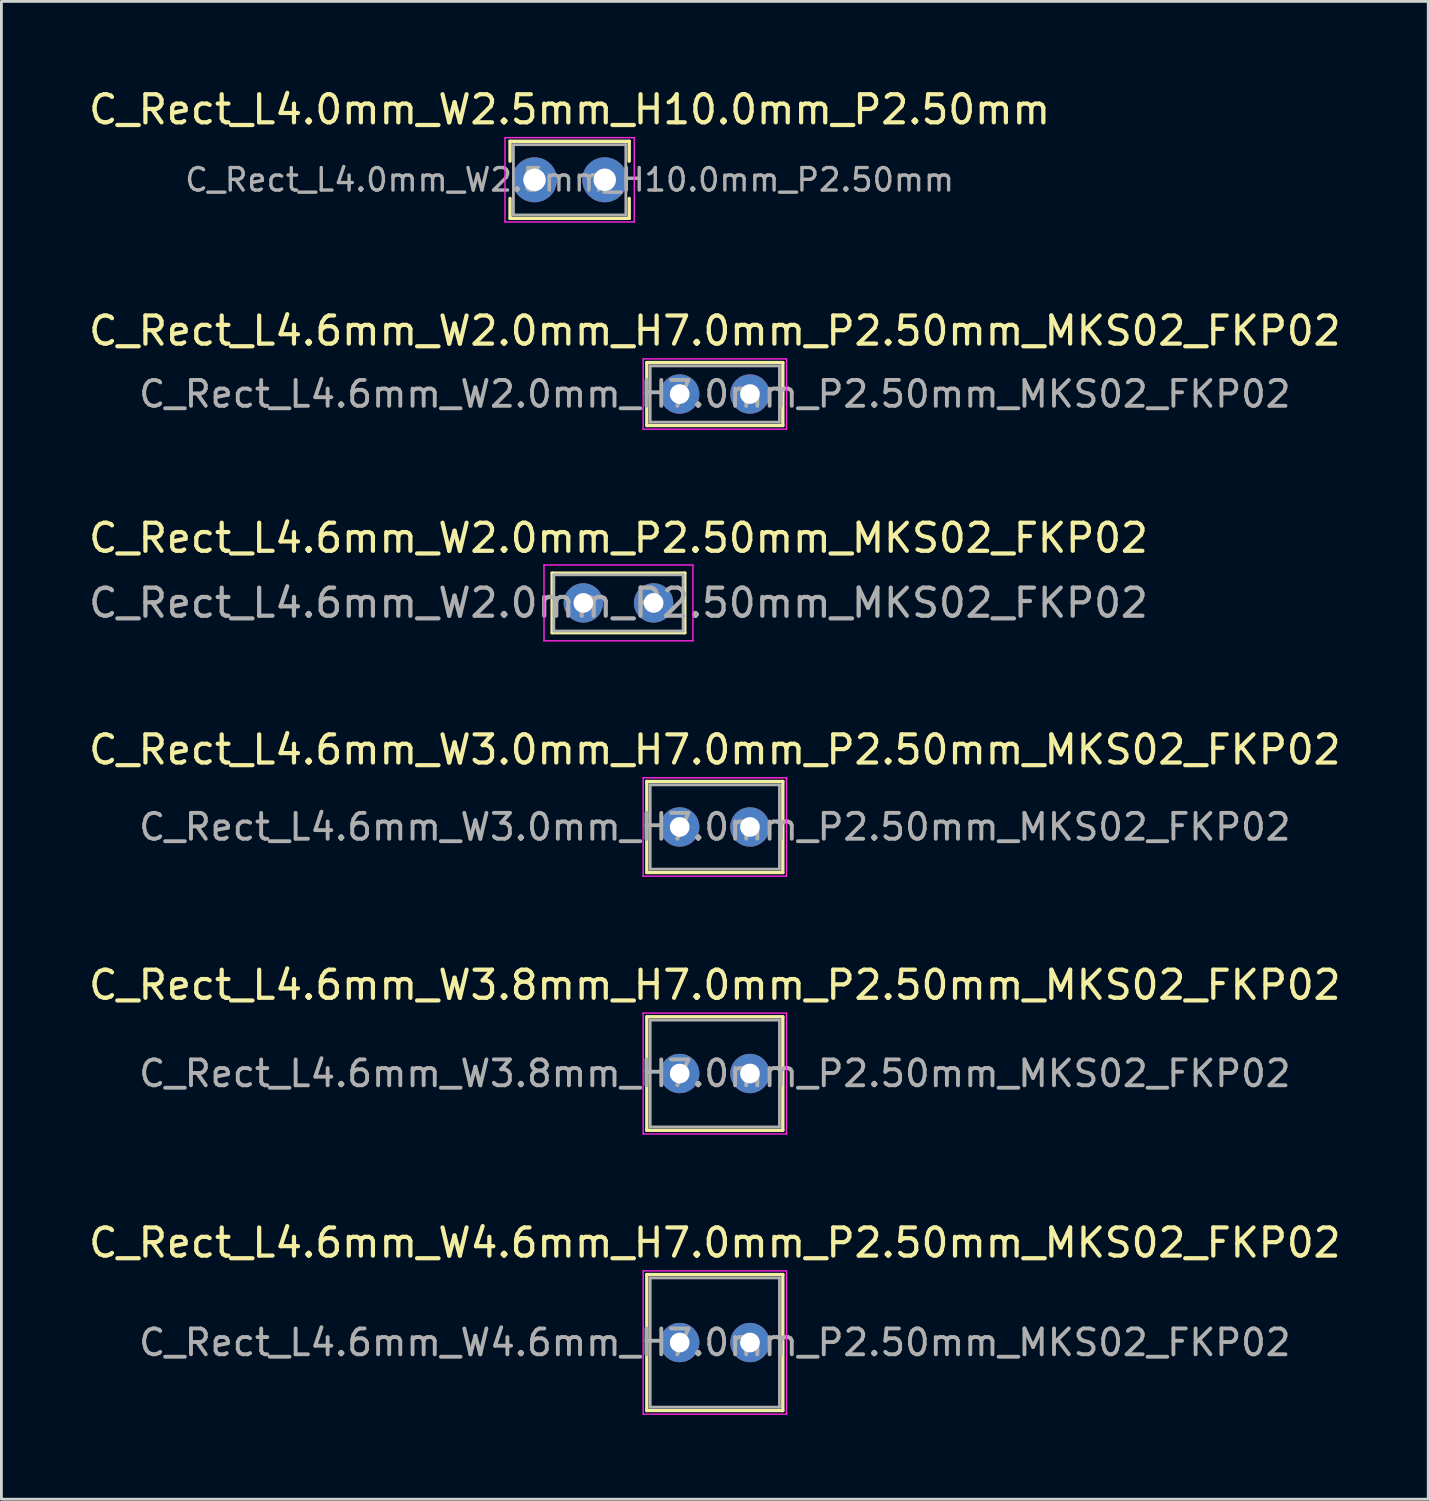
<source format=kicad_pcb>
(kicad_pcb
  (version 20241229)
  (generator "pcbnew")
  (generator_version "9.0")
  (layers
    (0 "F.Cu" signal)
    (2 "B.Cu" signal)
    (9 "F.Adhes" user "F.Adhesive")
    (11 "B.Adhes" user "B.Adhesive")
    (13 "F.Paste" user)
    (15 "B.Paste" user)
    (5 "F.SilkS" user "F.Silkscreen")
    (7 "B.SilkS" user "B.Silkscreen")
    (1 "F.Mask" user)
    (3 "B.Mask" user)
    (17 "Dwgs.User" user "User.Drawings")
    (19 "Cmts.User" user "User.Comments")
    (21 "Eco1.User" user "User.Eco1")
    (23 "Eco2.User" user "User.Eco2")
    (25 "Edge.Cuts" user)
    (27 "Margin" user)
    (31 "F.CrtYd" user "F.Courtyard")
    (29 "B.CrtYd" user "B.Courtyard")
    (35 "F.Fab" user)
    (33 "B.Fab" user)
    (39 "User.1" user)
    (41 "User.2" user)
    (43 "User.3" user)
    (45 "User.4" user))
  (footprint "C_Rect_L4.0mm_W2.5mm_H10.0mm_P2.50mm"
    (layer "F.Cu")
    (at 15.97 3.348)
    (property "Reference" "C_Rect_L4.0mm_W2.5mm_H10.0mm_P2.50mm" (at 1.25 -2.5 0) (layer "F.SilkS") (effects (font (size 1 1) (thickness 0.15))))
    (attr through_hole)
    (fp_line (start -0.87 -1.37) (end -0.87 -0.665) (stroke (width 0.12) (type solid)) (layer "F.SilkS"))
    (fp_line (start -0.87 -1.37) (end 3.37 -1.37) (stroke (width 0.12) (type solid)) (layer "F.SilkS"))
    (fp_line (start -0.87 0.665) (end -0.87 1.37) (stroke (width 0.12) (type solid)) (layer "F.SilkS"))
    (fp_line (start -0.87 1.37) (end 3.37 1.37) (stroke (width 0.12) (type solid)) (layer "F.SilkS"))
    (fp_line (start 3.37 -1.37) (end 3.37 -0.665) (stroke (width 0.12) (type solid)) (layer "F.SilkS"))
    (fp_line (start 3.37 0.665) (end 3.37 1.37) (stroke (width 0.12) (type solid)) (layer "F.SilkS"))
    (fp_line (start -1.05 -1.5) (end -1.05 1.5) (stroke (width 0.05) (type solid)) (layer "F.CrtYd"))
    (fp_line (start -1.05 1.5) (end 3.55 1.5) (stroke (width 0.05) (type solid)) (layer "F.CrtYd"))
    (fp_line (start 3.55 -1.5) (end -1.05 -1.5) (stroke (width 0.05) (type solid)) (layer "F.CrtYd"))
    (fp_line (start 3.55 1.5) (end 3.55 -1.5) (stroke (width 0.05) (type solid)) (layer "F.CrtYd"))
    (fp_line (start -0.75 -1.25) (end -0.75 1.25) (stroke (width 0.1) (type solid)) (layer "F.Fab"))
    (fp_line (start -0.75 1.25) (end 3.25 1.25) (stroke (width 0.1) (type solid)) (layer "F.Fab"))
    (fp_line (start 3.25 -1.25) (end -0.75 -1.25) (stroke (width 0.1) (type solid)) (layer "F.Fab"))
    (fp_line (start 3.25 1.25) (end 3.25 -1.25) (stroke (width 0.1) (type solid)) (layer "F.Fab"))
    (fp_text user "${REFERENCE}" (at 1.25 0 0) (layer "F.Fab") (effects (font (size 0.8 0.8) (thickness 0.12))))
    (pad "1" thru_hole circle (at 0 0) (size 1.6 1.6) (drill 0.8) (layers "*.Cu" "*.Mask"))
    (pad "2" thru_hole circle (at 2.5 0) (size 1.6 1.6) (drill 0.8) (layers "*.Cu" "*.Mask")))
  (footprint "C_Rect_L4.6mm_W2.0mm_H7.0mm_P2.50mm_MKS02_FKP02"
    (layer "F.Cu")
    (at 21.137 10.972)
    (property "Reference" "C_Rect_L4.6mm_W2.0mm_H7.0mm_P2.50mm_MKS02_FKP02" (at 1.25 -2.25 0) (layer "F.SilkS") (effects (font (size 1 1) (thickness 0.15))))
    (attr through_hole)
    (fp_line (start -1.17 -1.12) (end -1.17 1.12) (stroke (width 0.12) (type solid)) (layer "F.SilkS"))
    (fp_line (start -1.17 -1.12) (end 3.67 -1.12) (stroke (width 0.12) (type solid)) (layer "F.SilkS"))
    (fp_line (start -1.17 1.12) (end 3.67 1.12) (stroke (width 0.12) (type solid)) (layer "F.SilkS"))
    (fp_line (start 3.67 -1.12) (end 3.67 1.12) (stroke (width 0.12) (type solid)) (layer "F.SilkS"))
    (fp_line (start -1.3 -1.25) (end -1.3 1.25) (stroke (width 0.05) (type solid)) (layer "F.CrtYd"))
    (fp_line (start -1.3 1.25) (end 3.8 1.25) (stroke (width 0.05) (type solid)) (layer "F.CrtYd"))
    (fp_line (start 3.8 -1.25) (end -1.3 -1.25) (stroke (width 0.05) (type solid)) (layer "F.CrtYd"))
    (fp_line (start 3.8 1.25) (end 3.8 -1.25) (stroke (width 0.05) (type solid)) (layer "F.CrtYd"))
    (fp_line (start -1.05 -1) (end -1.05 1) (stroke (width 0.1) (type solid)) (layer "F.Fab"))
    (fp_line (start -1.05 1) (end 3.55 1) (stroke (width 0.1) (type solid)) (layer "F.Fab"))
    (fp_line (start 3.55 -1) (end -1.05 -1) (stroke (width 0.1) (type solid)) (layer "F.Fab"))
    (fp_line (start 3.55 1) (end 3.55 -1) (stroke (width 0.1) (type solid)) (layer "F.Fab"))
    (fp_text user "${REFERENCE}" (at 1.25 0 0) (layer "F.Fab") (effects (font (size 0.92 0.92) (thickness 0.138))))
    (pad "1" thru_hole circle (at 0 0) (size 1.4 1.4) (drill 0.7) (layers "*.Cu" "*.Mask"))
    (pad "2" thru_hole circle (at 2.5 0) (size 1.4 1.4) (drill 0.7) (layers "*.Cu" "*.Mask")))
  (footprint "C_Rect_L4.6mm_W3.0mm_H7.0mm_P2.50mm_MKS02_FKP02"
    (layer "F.Cu")
    (at 21.137 26.378)
    (property "Reference" "C_Rect_L4.6mm_W3.0mm_H7.0mm_P2.50mm_MKS02_FKP02" (at 1.25 -2.75 0) (layer "F.SilkS") (effects (font (size 1 1) (thickness 0.15))))
    (attr through_hole)
    (fp_line (start -1.17 -1.62) (end -1.17 1.62) (stroke (width 0.12) (type solid)) (layer "F.SilkS"))
    (fp_line (start -1.17 -1.62) (end 3.67 -1.62) (stroke (width 0.12) (type solid)) (layer "F.SilkS"))
    (fp_line (start -1.17 1.62) (end 3.67 1.62) (stroke (width 0.12) (type solid)) (layer "F.SilkS"))
    (fp_line (start 3.67 -1.62) (end 3.67 1.62) (stroke (width 0.12) (type solid)) (layer "F.SilkS"))
    (fp_line (start -1.3 -1.75) (end -1.3 1.75) (stroke (width 0.05) (type solid)) (layer "F.CrtYd"))
    (fp_line (start -1.3 1.75) (end 3.8 1.75) (stroke (width 0.05) (type solid)) (layer "F.CrtYd"))
    (fp_line (start 3.8 -1.75) (end -1.3 -1.75) (stroke (width 0.05) (type solid)) (layer "F.CrtYd"))
    (fp_line (start 3.8 1.75) (end 3.8 -1.75) (stroke (width 0.05) (type solid)) (layer "F.CrtYd"))
    (fp_line (start -1.05 -1.5) (end -1.05 1.5) (stroke (width 0.1) (type solid)) (layer "F.Fab"))
    (fp_line (start -1.05 1.5) (end 3.55 1.5) (stroke (width 0.1) (type solid)) (layer "F.Fab"))
    (fp_line (start 3.55 -1.5) (end -1.05 -1.5) (stroke (width 0.1) (type solid)) (layer "F.Fab"))
    (fp_line (start 3.55 1.5) (end 3.55 -1.5) (stroke (width 0.1) (type solid)) (layer "F.Fab"))
    (fp_text user "${REFERENCE}" (at 1.25 0 0) (layer "F.Fab") (effects (font (size 0.92 0.92) (thickness 0.138))))
    (pad "1" thru_hole circle (at 0 0) (size 1.4 1.4) (drill 0.7) (layers "*.Cu" "*.Mask"))
    (pad "2" thru_hole circle (at 2.5 0) (size 1.4 1.4) (drill 0.7) (layers "*.Cu" "*.Mask")))
  (footprint "C_Rect_L4.6mm_W4.6mm_H7.0mm_P2.50mm_MKS02_FKP02"
    (layer "F.Cu")
    (at 21.137 44.724)
    (property "Reference" "C_Rect_L4.6mm_W4.6mm_H7.0mm_P2.50mm_MKS02_FKP02" (at 1.25 -3.55 0) (layer "F.SilkS") (effects (font (size 1 1) (thickness 0.15))))
    (attr through_hole)
    (fp_line (start -1.17 -2.42) (end -1.17 2.42) (stroke (width 0.12) (type solid)) (layer "F.SilkS"))
    (fp_line (start -1.17 -2.42) (end 3.67 -2.42) (stroke (width 0.12) (type solid)) (layer "F.SilkS"))
    (fp_line (start -1.17 2.42) (end 3.67 2.42) (stroke (width 0.12) (type solid)) (layer "F.SilkS"))
    (fp_line (start 3.67 -2.42) (end 3.67 2.42) (stroke (width 0.12) (type solid)) (layer "F.SilkS"))
    (fp_line (start -1.3 -2.55) (end -1.3 2.55) (stroke (width 0.05) (type solid)) (layer "F.CrtYd"))
    (fp_line (start -1.3 2.55) (end 3.8 2.55) (stroke (width 0.05) (type solid)) (layer "F.CrtYd"))
    (fp_line (start 3.8 -2.55) (end -1.3 -2.55) (stroke (width 0.05) (type solid)) (layer "F.CrtYd"))
    (fp_line (start 3.8 2.55) (end 3.8 -2.55) (stroke (width 0.05) (type solid)) (layer "F.CrtYd"))
    (fp_line (start -1.05 -2.3) (end -1.05 2.3) (stroke (width 0.1) (type solid)) (layer "F.Fab"))
    (fp_line (start -1.05 2.3) (end 3.55 2.3) (stroke (width 0.1) (type solid)) (layer "F.Fab"))
    (fp_line (start 3.55 -2.3) (end -1.05 -2.3) (stroke (width 0.1) (type solid)) (layer "F.Fab"))
    (fp_line (start 3.55 2.3) (end 3.55 -2.3) (stroke (width 0.1) (type solid)) (layer "F.Fab"))
    (fp_text user "${REFERENCE}" (at 1.25 0 0) (layer "F.Fab") (effects (font (size 0.92 0.92) (thickness 0.138))))
    (pad "1" thru_hole circle (at 0 0) (size 1.4 1.4) (drill 0.7) (layers "*.Cu" "*.Mask"))
    (pad "2" thru_hole circle (at 2.5 0) (size 1.4 1.4) (drill 0.7) (layers "*.Cu" "*.Mask")))
  (footprint "C_Rect_L4.6mm_W3.8mm_H7.0mm_P2.50mm_MKS02_FKP02"
    (layer "F.Cu")
    (at 21.137 35.151)
    (property "Reference" "C_Rect_L4.6mm_W3.8mm_H7.0mm_P2.50mm_MKS02_FKP02" (at 1.25 -3.15 0) (layer "F.SilkS") (effects (font (size 1 1) (thickness 0.15))))
    (attr through_hole)
    (fp_line (start -1.17 -2.02) (end -1.17 2.02) (stroke (width 0.12) (type solid)) (layer "F.SilkS"))
    (fp_line (start -1.17 -2.02) (end 3.67 -2.02) (stroke (width 0.12) (type solid)) (layer "F.SilkS"))
    (fp_line (start -1.17 2.02) (end 3.67 2.02) (stroke (width 0.12) (type solid)) (layer "F.SilkS"))
    (fp_line (start 3.67 -2.02) (end 3.67 2.02) (stroke (width 0.12) (type solid)) (layer "F.SilkS"))
    (fp_line (start -1.3 -2.15) (end -1.3 2.15) (stroke (width 0.05) (type solid)) (layer "F.CrtYd"))
    (fp_line (start -1.3 2.15) (end 3.8 2.15) (stroke (width 0.05) (type solid)) (layer "F.CrtYd"))
    (fp_line (start 3.8 -2.15) (end -1.3 -2.15) (stroke (width 0.05) (type solid)) (layer "F.CrtYd"))
    (fp_line (start 3.8 2.15) (end 3.8 -2.15) (stroke (width 0.05) (type solid)) (layer "F.CrtYd"))
    (fp_line (start -1.05 -1.9) (end -1.05 1.9) (stroke (width 0.1) (type solid)) (layer "F.Fab"))
    (fp_line (start -1.05 1.9) (end 3.55 1.9) (stroke (width 0.1) (type solid)) (layer "F.Fab"))
    (fp_line (start 3.55 -1.9) (end -1.05 -1.9) (stroke (width 0.1) (type solid)) (layer "F.Fab"))
    (fp_line (start 3.55 1.9) (end 3.55 -1.9) (stroke (width 0.1) (type solid)) (layer "F.Fab"))
    (fp_text user "${REFERENCE}" (at 1.25 0 0) (layer "F.Fab") (effects (font (size 0.92 0.92) (thickness 0.138))))
    (pad "1" thru_hole circle (at 0 0) (size 1.4 1.4) (drill 0.7) (layers "*.Cu" "*.Mask"))
    (pad "2" thru_hole circle (at 2.5 0) (size 1.4 1.4) (drill 0.7) (layers "*.Cu" "*.Mask")))
  (footprint "C_Rect_L4.6mm_W2.0mm_P2.50mm_MKS02_FKP02"
    (layer "F.Cu")
    (at 17.708 18.405)
    (property "Reference" "C_Rect_L4.6mm_W2.0mm_P2.50mm_MKS02_FKP02" (at 1.25 -2.31 0) (layer "F.SilkS") (effects (font (size 1 1) (thickness 0.15))))
    (attr through_hole)
    (fp_line (start -1.11 -1.06) (end -1.11 1.06) (stroke (width 0.12) (type solid)) (layer "F.SilkS"))
    (fp_line (start -1.11 -1.06) (end 3.61 -1.06) (stroke (width 0.12) (type solid)) (layer "F.SilkS"))
    (fp_line (start -1.11 1.06) (end 3.61 1.06) (stroke (width 0.12) (type solid)) (layer "F.SilkS"))
    (fp_line (start 3.61 -1.06) (end 3.61 1.06) (stroke (width 0.12) (type solid)) (layer "F.SilkS"))
    (fp_line (start -1.4 -1.35) (end -1.4 1.35) (stroke (width 0.05) (type solid)) (layer "F.CrtYd"))
    (fp_line (start -1.4 1.35) (end 3.9 1.35) (stroke (width 0.05) (type solid)) (layer "F.CrtYd"))
    (fp_line (start 3.9 -1.35) (end -1.4 -1.35) (stroke (width 0.05) (type solid)) (layer "F.CrtYd"))
    (fp_line (start 3.9 1.35) (end 3.9 -1.35) (stroke (width 0.05) (type solid)) (layer "F.CrtYd"))
    (fp_line (start -1.05 -1) (end -1.05 1) (stroke (width 0.1) (type solid)) (layer "F.Fab"))
    (fp_line (start -1.05 1) (end 3.55 1) (stroke (width 0.1) (type solid)) (layer "F.Fab"))
    (fp_line (start 3.55 -1) (end -1.05 -1) (stroke (width 0.1) (type solid)) (layer "F.Fab"))
    (fp_line (start 3.55 1) (end 3.55 -1) (stroke (width 0.1) (type solid)) (layer "F.Fab"))
    (fp_text user "${REFERENCE}" (at 1.25 0 0) (layer "F.Fab") (effects (font (size 1 1) (thickness 0.15))))
    (pad "1" thru_hole circle (at 0 0) (size 1.4 1.4) (drill 0.7) (layers "*.Cu" "*.Mask"))
    (pad "2" thru_hole circle (at 2.5 0) (size 1.4 1.4) (drill 0.7) (layers "*.Cu" "*.Mask")))
  (gr_rect
    (start -3 -3)
    (end 47.774 50.3)
    (stroke (width 0.1) (type default))
    (fill no)
    (layer "Edge.Cuts")))
</source>
